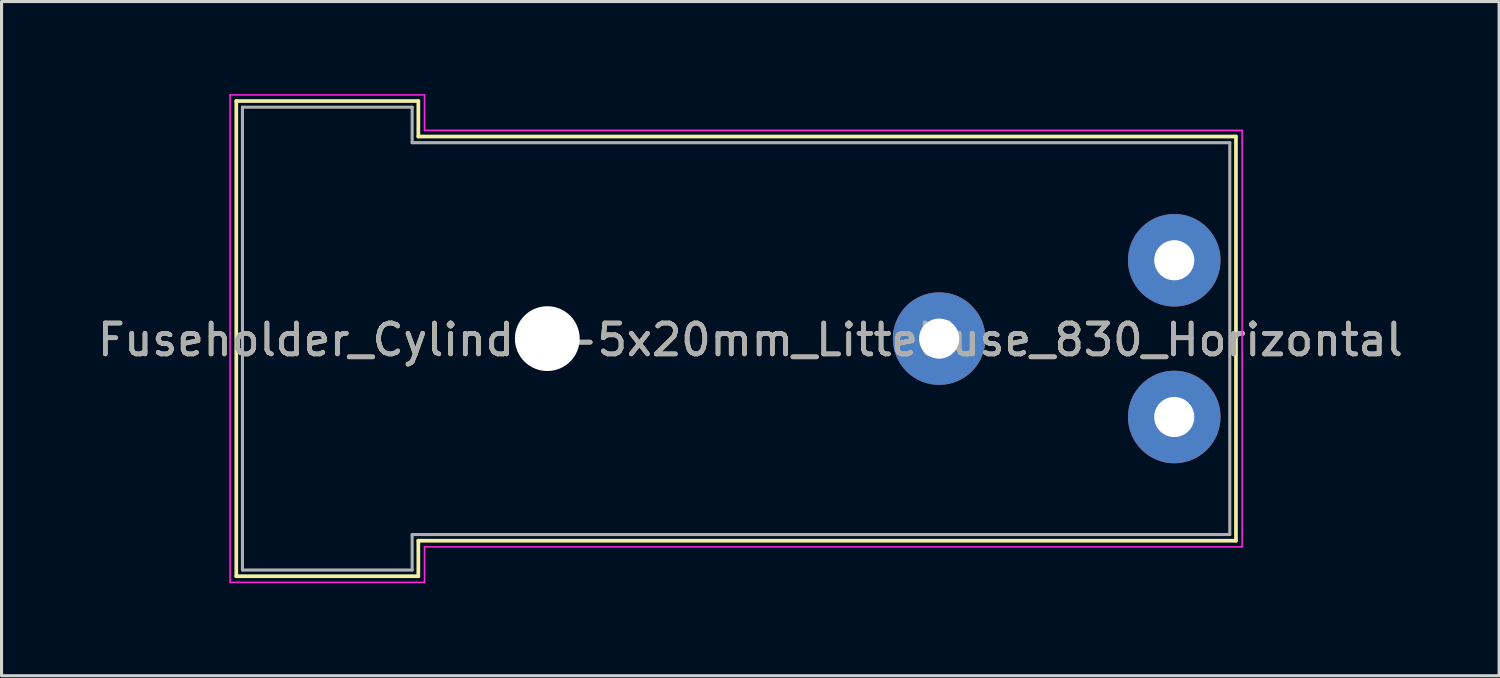
<source format=kicad_pcb>
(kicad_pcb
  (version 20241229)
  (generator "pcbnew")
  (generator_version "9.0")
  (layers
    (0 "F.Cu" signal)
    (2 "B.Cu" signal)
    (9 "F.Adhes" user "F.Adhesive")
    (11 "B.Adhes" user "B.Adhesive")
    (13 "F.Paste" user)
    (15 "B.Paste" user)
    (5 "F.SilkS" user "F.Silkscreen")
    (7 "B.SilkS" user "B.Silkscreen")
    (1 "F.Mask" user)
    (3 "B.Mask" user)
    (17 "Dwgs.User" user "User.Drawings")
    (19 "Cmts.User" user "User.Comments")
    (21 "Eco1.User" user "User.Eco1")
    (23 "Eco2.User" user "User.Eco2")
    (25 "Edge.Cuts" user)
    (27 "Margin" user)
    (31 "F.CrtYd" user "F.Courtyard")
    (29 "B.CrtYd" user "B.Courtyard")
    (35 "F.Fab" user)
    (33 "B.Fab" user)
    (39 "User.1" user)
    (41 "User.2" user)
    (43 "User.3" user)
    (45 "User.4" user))
  (footprint "Fuseholder_Cylinder-5x20mm_Littelfuse_830_Horizontal"
    (layer "F.Cu")
    (at 27.388 7.925)
    (property "Reference" "Fuseholder_Cylinder-5x20mm_Littelfuse_830_Horizontal" (at -6.12 0.04 0) (layer "F.SilkS") (effects (font (size 1 1) (thickness 0.15))))
    (attr through_hole)
    (fp_line (start -22.78 -7.7) (end -22.78 7.7) (stroke (width 0.12) (type solid)) (layer "F.SilkS"))
    (fp_line (start -22.78 7.7) (end -16.88 7.7) (stroke (width 0.12) (type solid)) (layer "F.SilkS"))
    (fp_line (start -16.88 -7.7) (end -22.78 -7.7) (stroke (width 0.12) (type solid)) (layer "F.SilkS"))
    (fp_line (start -16.88 -7.7) (end -16.88 -6.55) (stroke (width 0.12) (type solid)) (layer "F.SilkS"))
    (fp_line (start -16.88 -6.55) (end 9.62 -6.55) (stroke (width 0.12) (type solid)) (layer "F.SilkS"))
    (fp_line (start -16.88 6.55) (end -16.88 7.7) (stroke (width 0.12) (type solid)) (layer "F.SilkS"))
    (fp_line (start 9.62 6.55) (end -16.88 6.55) (stroke (width 0.12) (type solid)) (layer "F.SilkS"))
    (fp_line (start 9.62 6.55) (end 9.62 -6.55) (stroke (width 0.12) (type solid)) (layer "F.SilkS"))
    (fp_line (start -22.98 -7.9) (end -22.98 7.9) (stroke (width 0.05) (type solid)) (layer "F.CrtYd"))
    (fp_line (start -22.98 -7.9) (end -16.68 -7.9) (stroke (width 0.05) (type solid)) (layer "F.CrtYd"))
    (fp_line (start -16.68 -7.9) (end -16.68 -6.75) (stroke (width 0.05) (type solid)) (layer "F.CrtYd"))
    (fp_line (start -16.68 -6.75) (end 9.82 -6.75) (stroke (width 0.05) (type solid)) (layer "F.CrtYd"))
    (fp_line (start -16.68 6.75) (end -16.68 7.9) (stroke (width 0.05) (type solid)) (layer "F.CrtYd"))
    (fp_line (start -16.68 6.75) (end 9.82 6.75) (stroke (width 0.05) (type solid)) (layer "F.CrtYd"))
    (fp_line (start -16.68 7.9) (end -22.98 7.9) (stroke (width 0.05) (type solid)) (layer "F.CrtYd"))
    (fp_line (start 9.82 6.75) (end 9.82 -6.75) (stroke (width 0.05) (type solid)) (layer "F.CrtYd"))
    (fp_line (start -22.58 7.5) (end -22.58 -7.5) (stroke (width 0.1) (type solid)) (layer "F.Fab"))
    (fp_line (start -17.08 -7.5) (end -22.58 -7.5) (stroke (width 0.1) (type solid)) (layer "F.Fab"))
    (fp_line (start -17.08 -6.35) (end -17.08 -7.5) (stroke (width 0.1) (type solid)) (layer "F.Fab"))
    (fp_line (start -17.08 7.5) (end -22.58 7.5) (stroke (width 0.1) (type solid)) (layer "F.Fab"))
    (fp_line (start -17.08 7.5) (end -17.08 6.35) (stroke (width 0.1) (type solid)) (layer "F.Fab"))
    (fp_line (start 9.42 -6.35) (end -17.08 -6.35) (stroke (width 0.1) (type solid)) (layer "F.Fab"))
    (fp_line (start 9.42 6.35) (end -17.08 6.35) (stroke (width 0.1) (type solid)) (layer "F.Fab"))
    (fp_line (start 9.42 6.35) (end 9.42 -6.35) (stroke (width 0.1) (type solid)) (layer "F.Fab"))
    (fp_text user "${REFERENCE}" (at -6.12 0.04 0) (layer "F.Fab") (effects (font (size 1 1) (thickness 0.15))))
    (pad "" np_thru_hole circle (at -12.7 0) (size 2.1 2.1) (drill 2.1) (layers "*.Cu" "*.Mask"))
    (pad "1" thru_hole circle (at 0 0) (size 3 3) (drill 1.3) (layers "*.Cu" "*.Mask"))
    (pad "2" thru_hole circle (at 7.62 -2.54) (size 3 3) (drill 1.3) (layers "*.Cu" "*.Mask"))
    (pad "2" thru_hole circle (at 7.62 2.54) (size 3 3) (drill 1.3) (layers "*.Cu" "*.Mask")))
  (gr_rect
    (start -3 -3)
    (end 45.536 18.85)
    (stroke (width 0.1) (type default))
    (fill no)
    (layer "Edge.Cuts")))
</source>
